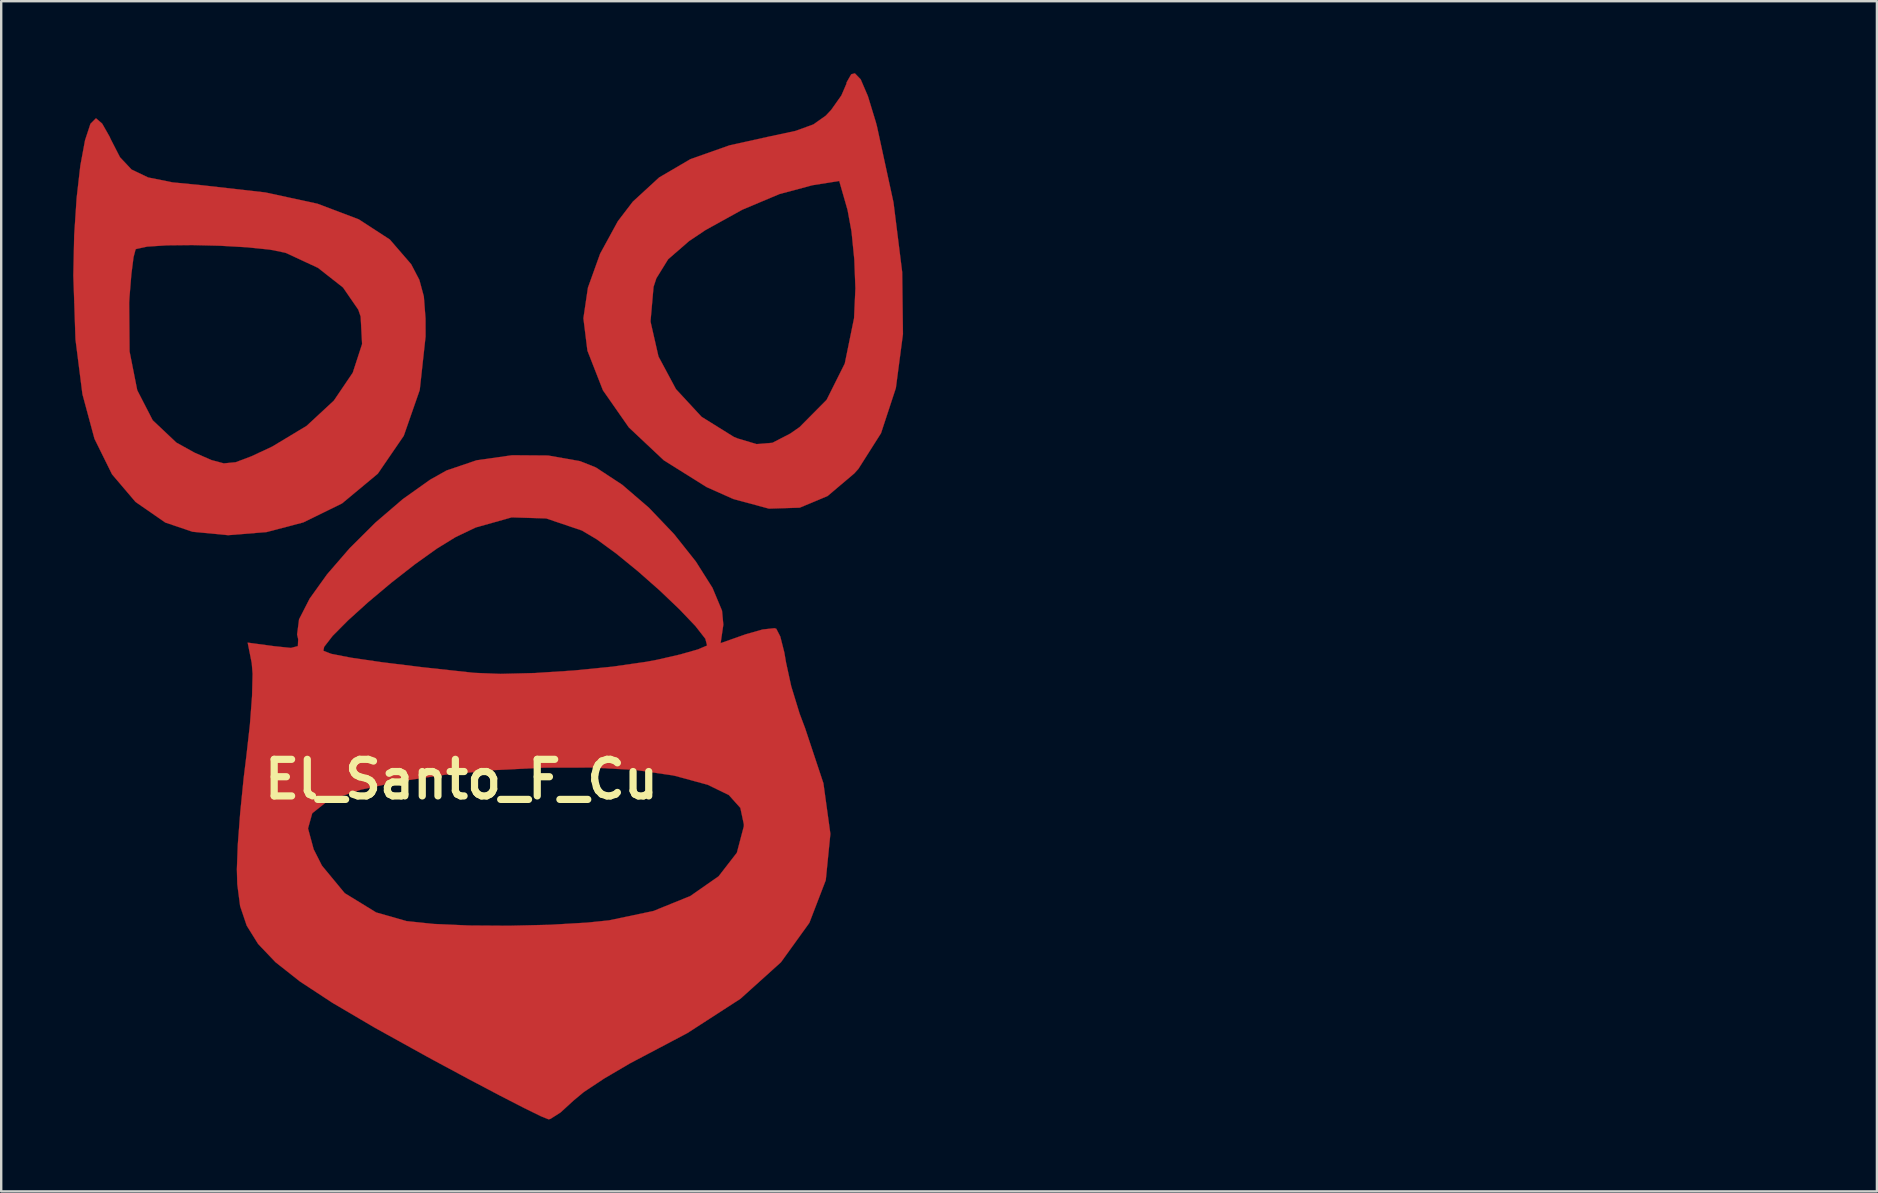
<source format=kicad_pcb>
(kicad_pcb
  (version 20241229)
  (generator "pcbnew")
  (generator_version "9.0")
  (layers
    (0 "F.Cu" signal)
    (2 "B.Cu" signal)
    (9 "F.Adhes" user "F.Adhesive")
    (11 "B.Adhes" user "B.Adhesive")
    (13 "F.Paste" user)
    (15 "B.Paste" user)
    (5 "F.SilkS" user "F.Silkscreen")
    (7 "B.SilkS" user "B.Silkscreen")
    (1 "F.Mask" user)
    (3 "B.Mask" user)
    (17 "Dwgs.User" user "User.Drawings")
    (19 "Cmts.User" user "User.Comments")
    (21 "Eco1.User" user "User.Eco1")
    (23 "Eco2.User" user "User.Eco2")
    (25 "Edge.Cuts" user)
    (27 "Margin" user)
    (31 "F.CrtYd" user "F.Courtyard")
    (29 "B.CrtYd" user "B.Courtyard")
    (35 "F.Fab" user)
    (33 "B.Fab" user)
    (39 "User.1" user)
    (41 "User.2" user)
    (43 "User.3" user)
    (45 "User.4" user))
  (footprint "El_Santo_F_Cu"
    (layer "F.Cu")
    (at 16.173 29.416)
    (property "Reference" "El_Santo_F_Cu" (at 0 0 0) (layer "F.SilkS") (effects (font (size 1.524 1.524) (thickness 0.3))))
    (attr through_hole)
    (fp_poly (pts (xy 16.631 -29.16) (xy 16.932 -28.459) (xy 17.26 -27.385) (xy 17.308 -27.205) (xy 17.998 -24.029) (xy 18.359 -21.134) (xy 18.391 -18.549) (xy 18.096 -16.302) (xy 17.478 -14.421) (xy 16.536 -12.936) (xy 16.362 -12.743) (xy 15.252 -11.804) (xy 14.092 -11.318) (xy 12.809 -11.278) (xy 11.327 -11.678) (xy 10.211 -12.176) (xy 8.43 -13.291) (xy 6.973 -14.661) (xy 5.893 -16.209) (xy 5.247 -17.86) (xy 5.097 -19.073) (xy 7.875 -19.073) (xy 8.207 -17.615) (xy 8.936 -16.255) (xy 10.003 -15.102) (xy 11.345 -14.267) (xy 11.505 -14.201) (xy 12.292 -13.966) (xy 12.953 -14.02) (xy 13.693 -14.402) (xy 14.084 -14.673) (xy 15.212 -15.811) (xy 15.968 -17.322) (xy 16.355 -19.214) (xy 16.411 -20.454) (xy 16.365 -21.658) (xy 16.249 -22.821) (xy 16.086 -23.707) (xy 16.072 -23.76) (xy 15.737 -24.928) (xy 14.62 -24.75) (xy 13.254 -24.385) (xy 11.704 -23.733) (xy 10.167 -22.883) (xy 9.482 -22.424) (xy 8.61 -21.667) (xy 8.119 -20.873) (xy 8.002 -20.518) (xy 7.875 -19.073) (xy 5.097 -19.073) (xy 5.08 -19.209) (xy 5.268 -20.481) (xy 5.776 -21.896) (xy 6.515 -23.25) (xy 7.139 -24.066) (xy 8.237 -25.075) (xy 9.541 -25.838) (xy 11.165 -26.411) (xy 12.797 -26.773) (xy 13.918 -27.013) (xy 14.66 -27.283) (xy 15.178 -27.649) (xy 15.403 -27.89) (xy 15.827 -28.49) (xy 16.037 -28.977) (xy 16.042 -29.03) (xy 16.237 -29.372) (xy 16.389 -29.411) (xy 16.631 -29.16)) (stroke (width 0.01) (type solid)) (fill yes) (layer "F.Cu"))
    (fp_poly (pts (xy -14.968 -27.318) (xy -14.658 -26.774) (xy -14.612 -26.67) (xy -14.224 -25.915) (xy -13.741 -25.402) (xy -13.05 -25.073) (xy -12.035 -24.869) (xy -10.828 -24.751) (xy -8.172 -24.45) (xy -5.997 -23.979) (xy -4.277 -23.328) (xy -2.983 -22.487) (xy -2.095 -21.459) (xy -1.754 -20.807) (xy -1.567 -20.116) (xy -1.497 -19.196) (xy -1.495 -18.448) (xy -1.738 -16.22) (xy -2.403 -14.312) (xy -3.485 -12.733) (xy -4.977 -11.494) (xy -6.588 -10.704) (xy -8.121 -10.301) (xy -9.719 -10.172) (xy -11.204 -10.315) (xy -12.338 -10.699) (xy -13.577 -11.557) (xy -14.555 -12.706) (xy -15.287 -14.188) (xy -15.789 -16.047) (xy -16.078 -18.324) (xy -16.129 -19.852) (xy -13.843 -19.852) (xy -13.826 -17.827) (xy -13.506 -16.211) (xy -12.862 -14.96) (xy -11.876 -14.029) (xy -11.117 -13.608) (xy -10.413 -13.3) (xy -9.9 -13.163) (xy -9.405 -13.211) (xy -8.753 -13.457) (xy -7.885 -13.862) (xy -6.452 -14.724) (xy -5.316 -15.777) (xy -4.528 -16.941) (xy -4.139 -18.135) (xy -4.199 -19.279) (xy -4.298 -19.567) (xy -4.934 -20.49) (xy -5.976 -21.308) (xy -7.293 -21.921) (xy -7.353 -21.941) (xy -7.987 -22.068) (xy -8.932 -22.165) (xy -10.052 -22.229) (xy -11.21 -22.257) (xy -12.27 -22.246) (xy -13.093 -22.193) (xy -13.545 -22.095) (xy -13.576 -22.074) (xy -13.66 -21.754) (xy -13.751 -21.04) (xy -13.83 -20.075) (xy -13.843 -19.852) (xy -16.129 -19.852) (xy -16.168 -20.988) (xy -16.132 -22.666) (xy -16.03 -24.22) (xy -15.876 -25.567) (xy -15.68 -26.625) (xy -15.455 -27.309) (xy -15.225 -27.539) (xy -14.968 -27.318)) (stroke (width 0.01) (type solid)) (fill yes) (layer "F.Cu"))
    (fp_poly (pts (xy 3.608 -13.491) (xy 4.939 -13.256) (xy 5.599 -12.993) (xy 6.696 -12.272) (xy 7.808 -11.316) (xy 8.856 -10.217) (xy 9.765 -9.073) (xy 10.457 -7.978) (xy 10.854 -7.028) (xy 10.909 -6.443) (xy 10.796 -5.674) (xy 11.843 -6.044) (xy 12.548 -6.244) (xy 13.036 -6.297) (xy 13.114 -6.275) (xy 13.281 -5.95) (xy 13.451 -5.28) (xy 13.52 -4.873) (xy 13.736 -3.881) (xy 14.086 -2.739) (xy 14.314 -2.135) (xy 15.078 0.163) (xy 15.368 2.269) (xy 15.176 4.2) (xy 14.493 5.976) (xy 13.31 7.617) (xy 11.619 9.141) (xy 9.41 10.569) (xy 8.221 11.197) (xy 7.024 11.828) (xy 5.936 12.467) (xy 5.089 13.03) (xy 4.668 13.38) (xy 4.127 13.876) (xy 3.704 14.145) (xy 3.626 14.161) (xy 3.315 14.035) (xy 2.61 13.69) (xy 1.587 13.164) (xy 0.321 12.496) (xy -1.113 11.725) (xy -1.428 11.554) (xy -3.616 10.342) (xy -5.367 9.313) (xy -6.729 8.419) (xy -7.748 7.615) (xy -8.471 6.855) (xy -8.946 6.092) (xy -9.22 5.28) (xy -9.338 4.372) (xy -9.355 3.743) (xy -9.317 2.727) (xy -9.266 2.045) (xy -6.392 2.045) (xy -6.157 2.912) (xy -5.811 3.595) (xy -4.864 4.74) (xy -3.553 5.544) (xy -2.286 5.905) (xy -1.169 6.022) (xy 0.311 6.087) (xy 1.985 6.098) (xy 3.685 6.058) (xy 5.24 5.967) (xy 6.142 5.874) (xy 7.992 5.485) (xy 9.533 4.86) (xy 10.712 4.038) (xy 11.473 3.056) (xy 11.763 1.954) (xy 11.764 1.873) (xy 11.618 1.188) (xy 11.138 0.653) (xy 10.258 0.225) (xy 8.912 -0.142) (xy 8.795 -0.167) (xy 7.28 -0.388) (xy 5.459 -0.492) (xy 3.447 -0.488) (xy 1.36 -0.385) (xy -0.685 -0.192) (xy -2.573 0.082) (xy -4.187 0.429) (xy -5.411 0.839) (xy -5.625 0.941) (xy -6.216 1.412) (xy -6.392 2.045) (xy -9.266 2.045) (xy -9.216 1.387) (xy -9.07 -0.073) (xy -8.958 -0.987) (xy -8.812 -2.285) (xy -8.723 -3.471) (xy -8.7 -4.394) (xy -8.735 -4.838) (xy -8.838 -5.357) (xy -5.754 -5.357) (xy -5.426 -5.229) (xy -4.601 -5.068) (xy -3.315 -4.88) (xy -1.607 -4.669) (xy 0.489 -4.441) (xy 0.535 -4.437) (xy 1.627 -4.393) (xy 3.068 -4.43) (xy 4.679 -4.535) (xy 6.282 -4.694) (xy 7.699 -4.897) (xy 8.151 -4.982) (xy 9.104 -5.201) (xy 9.847 -5.412) (xy 10.225 -5.573) (xy 10.232 -5.58) (xy 10.16 -5.856) (xy 9.751 -6.381) (xy 9.089 -7.076) (xy 8.262 -7.865) (xy 7.353 -8.667) (xy 6.448 -9.406) (xy 5.633 -10.002) (xy 5.016 -10.367) (xy 3.528 -10.87) (xy 2.093 -10.914) (xy 0.593 -10.493) (xy -0.244 -10.093) (xy -1.019 -9.617) (xy -1.941 -8.958) (xy -2.924 -8.19) (xy -3.88 -7.387) (xy -4.723 -6.625) (xy -5.365 -5.978) (xy -5.72 -5.52) (xy -5.754 -5.357) (xy -8.838 -5.357) (xy -8.906 -5.696) (xy -7.797 -5.547) (xy -7.104 -5.475) (xy -6.814 -5.551) (xy -6.801 -5.84) (xy -6.847 -6.035) (xy -6.765 -6.667) (xy -6.323 -7.53) (xy -5.596 -8.544) (xy -4.658 -9.627) (xy -3.581 -10.698) (xy -2.441 -11.676) (xy -1.311 -12.479) (xy -0.624 -12.866) (xy 0.634 -13.293) (xy 2.109 -13.502) (xy 3.608 -13.491)) (stroke (width 0.01) (type solid)) (fill yes) (layer "F.Cu")))
  (footprint "El_Santo_F_Mask"
    (layer "F.Cu")
    (at 53.741 29.416)
    (property "Reference" "El_Santo_F_Mask" (at 0 0 0) (layer "F.Mask") (effects (font (size 1.524 1.524) (thickness 0.3))))
    (attr through_hole)
    (fp_poly (pts (xy 16.631 -29.16) (xy 16.932 -28.459) (xy 17.26 -27.385) (xy 17.308 -27.205) (xy 17.998 -24.029) (xy 18.359 -21.134) (xy 18.391 -18.549) (xy 18.096 -16.302) (xy 17.478 -14.421) (xy 16.536 -12.936) (xy 16.362 -12.743) (xy 15.252 -11.804) (xy 14.092 -11.318) (xy 12.809 -11.278) (xy 11.327 -11.678) (xy 10.211 -12.176) (xy 8.43 -13.291) (xy 6.973 -14.661) (xy 5.893 -16.209) (xy 5.247 -17.86) (xy 5.097 -19.073) (xy 7.875 -19.073) (xy 8.207 -17.615) (xy 8.936 -16.255) (xy 10.003 -15.102) (xy 11.345 -14.267) (xy 11.505 -14.201) (xy 12.292 -13.966) (xy 12.953 -14.02) (xy 13.693 -14.402) (xy 14.084 -14.673) (xy 15.212 -15.811) (xy 15.968 -17.322) (xy 16.355 -19.214) (xy 16.411 -20.454) (xy 16.365 -21.658) (xy 16.249 -22.821) (xy 16.086 -23.707) (xy 16.072 -23.76) (xy 15.737 -24.928) (xy 14.62 -24.75) (xy 13.254 -24.385) (xy 11.704 -23.733) (xy 10.167 -22.883) (xy 9.482 -22.424) (xy 8.61 -21.667) (xy 8.119 -20.873) (xy 8.002 -20.518) (xy 7.875 -19.073) (xy 5.097 -19.073) (xy 5.08 -19.209) (xy 5.268 -20.481) (xy 5.776 -21.896) (xy 6.515 -23.25) (xy 7.139 -24.066) (xy 8.237 -25.075) (xy 9.541 -25.838) (xy 11.165 -26.411) (xy 12.797 -26.773) (xy 13.918 -27.013) (xy 14.66 -27.283) (xy 15.178 -27.649) (xy 15.403 -27.89) (xy 15.827 -28.49) (xy 16.037 -28.977) (xy 16.042 -29.03) (xy 16.237 -29.372) (xy 16.389 -29.411) (xy 16.631 -29.16)) (stroke (width 0.01) (type solid)) (fill yes) (layer "F.Mask"))
    (fp_poly (pts (xy -14.968 -27.318) (xy -14.658 -26.774) (xy -14.612 -26.67) (xy -14.224 -25.915) (xy -13.741 -25.402) (xy -13.05 -25.073) (xy -12.035 -24.869) (xy -10.828 -24.751) (xy -8.172 -24.45) (xy -5.997 -23.979) (xy -4.277 -23.328) (xy -2.983 -22.487) (xy -2.095 -21.459) (xy -1.754 -20.807) (xy -1.567 -20.116) (xy -1.497 -19.196) (xy -1.495 -18.448) (xy -1.738 -16.22) (xy -2.403 -14.312) (xy -3.485 -12.733) (xy -4.977 -11.494) (xy -6.588 -10.704) (xy -8.121 -10.301) (xy -9.719 -10.172) (xy -11.204 -10.315) (xy -12.338 -10.699) (xy -13.577 -11.557) (xy -14.555 -12.706) (xy -15.287 -14.188) (xy -15.789 -16.047) (xy -16.078 -18.324) (xy -16.129 -19.852) (xy -13.843 -19.852) (xy -13.826 -17.827) (xy -13.506 -16.211) (xy -12.862 -14.96) (xy -11.876 -14.029) (xy -11.117 -13.608) (xy -10.413 -13.3) (xy -9.9 -13.163) (xy -9.405 -13.211) (xy -8.753 -13.457) (xy -7.885 -13.862) (xy -6.452 -14.724) (xy -5.316 -15.777) (xy -4.528 -16.941) (xy -4.139 -18.135) (xy -4.199 -19.279) (xy -4.298 -19.567) (xy -4.934 -20.49) (xy -5.976 -21.308) (xy -7.293 -21.921) (xy -7.353 -21.941) (xy -7.987 -22.068) (xy -8.932 -22.165) (xy -10.052 -22.229) (xy -11.21 -22.257) (xy -12.27 -22.246) (xy -13.093 -22.193) (xy -13.545 -22.095) (xy -13.576 -22.074) (xy -13.66 -21.754) (xy -13.751 -21.04) (xy -13.83 -20.075) (xy -13.843 -19.852) (xy -16.129 -19.852) (xy -16.168 -20.988) (xy -16.132 -22.666) (xy -16.03 -24.22) (xy -15.876 -25.567) (xy -15.68 -26.625) (xy -15.455 -27.309) (xy -15.225 -27.539) (xy -14.968 -27.318)) (stroke (width 0.01) (type solid)) (fill yes) (layer "F.Mask"))
    (fp_poly (pts (xy 3.608 -13.491) (xy 4.939 -13.256) (xy 5.599 -12.993) (xy 6.696 -12.272) (xy 7.808 -11.316) (xy 8.856 -10.217) (xy 9.765 -9.073) (xy 10.457 -7.978) (xy 10.854 -7.028) (xy 10.909 -6.443) (xy 10.796 -5.674) (xy 11.843 -6.044) (xy 12.548 -6.244) (xy 13.036 -6.297) (xy 13.114 -6.275) (xy 13.281 -5.95) (xy 13.451 -5.28) (xy 13.52 -4.873) (xy 13.736 -3.881) (xy 14.086 -2.739) (xy 14.314 -2.135) (xy 15.078 0.163) (xy 15.368 2.269) (xy 15.176 4.2) (xy 14.493 5.976) (xy 13.31 7.617) (xy 11.619 9.141) (xy 9.41 10.569) (xy 8.221 11.197) (xy 7.024 11.828) (xy 5.936 12.467) (xy 5.089 13.03) (xy 4.668 13.38) (xy 4.127 13.876) (xy 3.704 14.145) (xy 3.626 14.161) (xy 3.315 14.035) (xy 2.61 13.69) (xy 1.587 13.164) (xy 0.321 12.496) (xy -1.113 11.725) (xy -1.428 11.554) (xy -3.616 10.342) (xy -5.367 9.313) (xy -6.729 8.419) (xy -7.748 7.615) (xy -8.471 6.855) (xy -8.946 6.092) (xy -9.22 5.28) (xy -9.338 4.372) (xy -9.355 3.743) (xy -9.317 2.727) (xy -9.266 2.045) (xy -6.392 2.045) (xy -6.157 2.912) (xy -5.811 3.595) (xy -4.864 4.74) (xy -3.553 5.544) (xy -2.286 5.905) (xy -1.169 6.022) (xy 0.311 6.087) (xy 1.985 6.098) (xy 3.685 6.058) (xy 5.24 5.967) (xy 6.142 5.874) (xy 7.992 5.485) (xy 9.533 4.86) (xy 10.712 4.038) (xy 11.473 3.056) (xy 11.763 1.954) (xy 11.764 1.873) (xy 11.618 1.188) (xy 11.138 0.653) (xy 10.258 0.225) (xy 8.912 -0.142) (xy 8.795 -0.167) (xy 7.28 -0.388) (xy 5.459 -0.492) (xy 3.447 -0.488) (xy 1.36 -0.385) (xy -0.685 -0.192) (xy -2.573 0.082) (xy -4.187 0.429) (xy -5.411 0.839) (xy -5.625 0.941) (xy -6.216 1.412) (xy -6.392 2.045) (xy -9.266 2.045) (xy -9.216 1.387) (xy -9.07 -0.073) (xy -8.958 -0.987) (xy -8.812 -2.285) (xy -8.723 -3.471) (xy -8.7 -4.394) (xy -8.735 -4.838) (xy -8.838 -5.357) (xy -5.754 -5.357) (xy -5.426 -5.229) (xy -4.601 -5.068) (xy -3.315 -4.88) (xy -1.607 -4.669) (xy 0.489 -4.441) (xy 0.535 -4.437) (xy 1.627 -4.393) (xy 3.068 -4.43) (xy 4.679 -4.535) (xy 6.282 -4.694) (xy 7.699 -4.897) (xy 8.151 -4.982) (xy 9.104 -5.201) (xy 9.847 -5.412) (xy 10.225 -5.573) (xy 10.232 -5.58) (xy 10.16 -5.856) (xy 9.751 -6.381) (xy 9.089 -7.076) (xy 8.262 -7.865) (xy 7.353 -8.667) (xy 6.448 -9.406) (xy 5.633 -10.002) (xy 5.016 -10.367) (xy 3.528 -10.87) (xy 2.093 -10.914) (xy 0.593 -10.493) (xy -0.244 -10.093) (xy -1.019 -9.617) (xy -1.941 -8.958) (xy -2.924 -8.19) (xy -3.88 -7.387) (xy -4.723 -6.625) (xy -5.365 -5.978) (xy -5.72 -5.52) (xy -5.754 -5.357) (xy -8.838 -5.357) (xy -8.906 -5.696) (xy -7.797 -5.547) (xy -7.104 -5.475) (xy -6.814 -5.551) (xy -6.801 -5.84) (xy -6.847 -6.035) (xy -6.765 -6.667) (xy -6.323 -7.53) (xy -5.596 -8.544) (xy -4.658 -9.627) (xy -3.581 -10.698) (xy -2.441 -11.676) (xy -1.311 -12.479) (xy -0.624 -12.866) (xy 0.634 -13.293) (xy 2.109 -13.502) (xy 3.608 -13.491)) (stroke (width 0.01) (type solid)) (fill yes) (layer "F.Mask")))
  (gr_rect
    (start -3 -3)
    (end 75.137 46.581)
    (stroke (width 0.1) (type default))
    (fill no)
    (layer "Edge.Cuts")))
</source>
